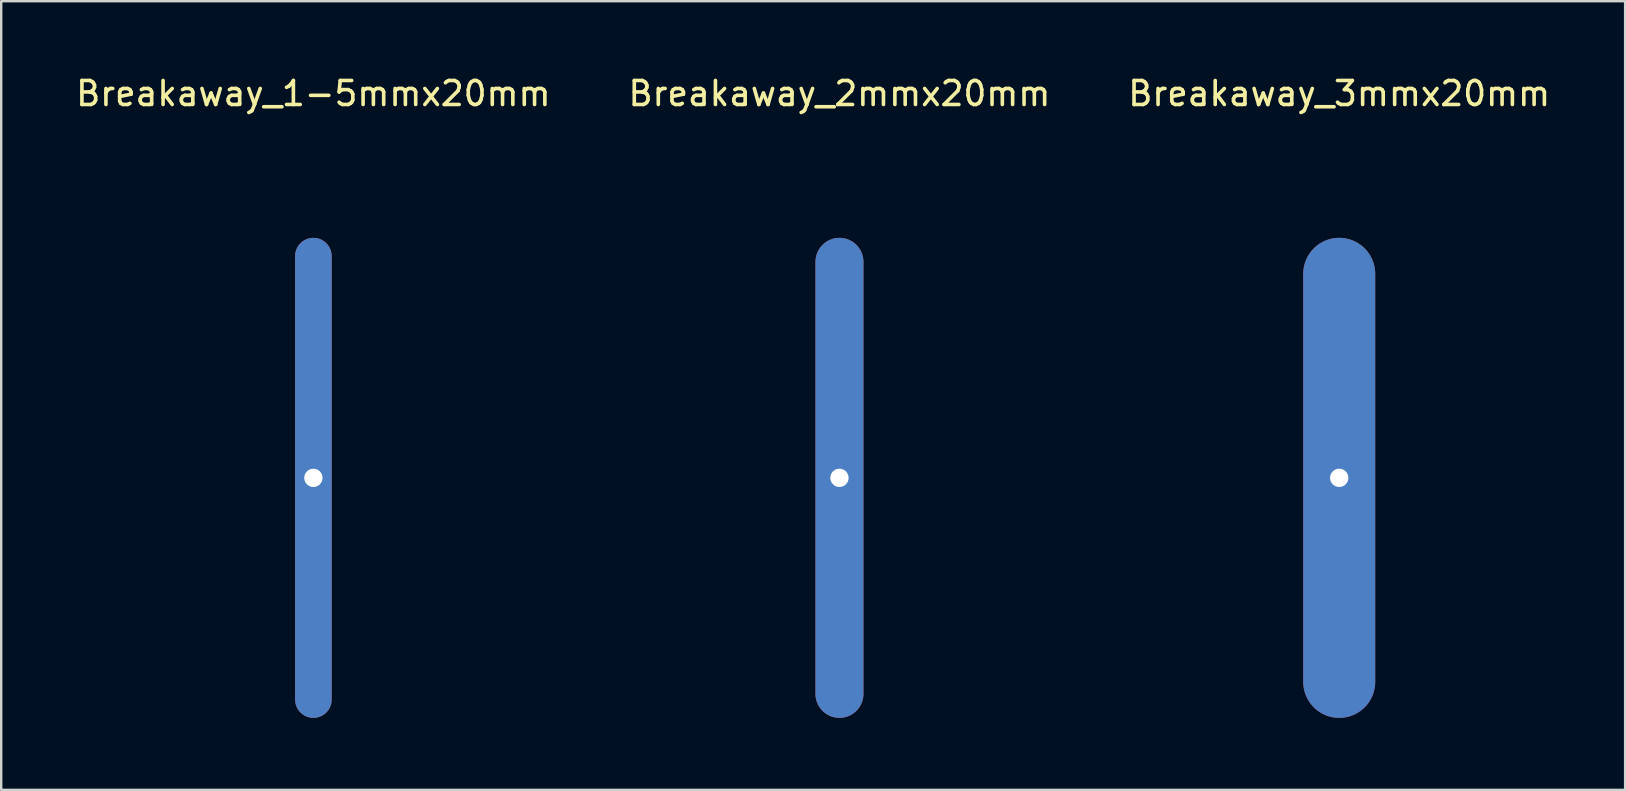
<source format=kicad_pcb>
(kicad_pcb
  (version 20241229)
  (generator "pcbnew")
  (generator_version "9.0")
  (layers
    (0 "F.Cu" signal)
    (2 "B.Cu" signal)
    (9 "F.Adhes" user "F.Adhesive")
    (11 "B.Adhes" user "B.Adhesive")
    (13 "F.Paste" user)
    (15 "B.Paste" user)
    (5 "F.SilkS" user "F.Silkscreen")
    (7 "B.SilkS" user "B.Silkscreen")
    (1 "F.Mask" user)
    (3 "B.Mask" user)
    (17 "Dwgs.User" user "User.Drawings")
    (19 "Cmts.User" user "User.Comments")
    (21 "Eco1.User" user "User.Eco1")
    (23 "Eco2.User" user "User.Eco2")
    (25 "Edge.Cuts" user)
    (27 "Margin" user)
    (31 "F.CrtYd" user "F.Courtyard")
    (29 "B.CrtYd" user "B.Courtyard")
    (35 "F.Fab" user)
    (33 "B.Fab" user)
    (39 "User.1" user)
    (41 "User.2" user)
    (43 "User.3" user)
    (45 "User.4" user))
  (footprint "Breakaway_3mmx20mm"
    (layer "F.Cu")
    (at 52.744 0.348)
    (property "Reference" "Breakaway_3mmx20mm" (at 0 0.5 0) (layer "F.SilkS") (effects (font (size 1 1) (thickness 0.15))))
    (attr through_hole)
    (pad "" np_thru_hole oval (at 0 16.51) (size 3 20) (drill 0.762) (layers "*.Cu" "*.Mask")))
  (footprint "Breakaway_2mmx20mm"
    (layer "F.Cu")
    (at 31.923 0.348)
    (property "Reference" "Breakaway_2mmx20mm" (at 0 0.5 0) (layer "F.SilkS") (effects (font (size 1 1) (thickness 0.15))))
    (attr through_hole)
    (pad "" np_thru_hole oval (at 0 16.51) (size 2 20) (drill 0.762) (layers "*.Cu" "*.Mask")))
  (footprint "Breakaway_1-5mmx20mm"
    (layer "F.Cu")
    (at 10.006 0.348)
    (property "Reference" "Breakaway_1-5mmx20mm" (at 0 0.5 0) (layer "F.SilkS") (effects (font (size 1 1) (thickness 0.15))))
    (attr through_hole)
    (pad "" np_thru_hole oval (at 0 16.51) (size 1.524 20) (drill 0.762) (layers "*.Cu" "*.Mask")))
  (gr_rect
    (start -3 -3)
    (end 64.655 29.858)
    (stroke (width 0.1) (type default))
    (fill no)
    (layer "Edge.Cuts")))
</source>
